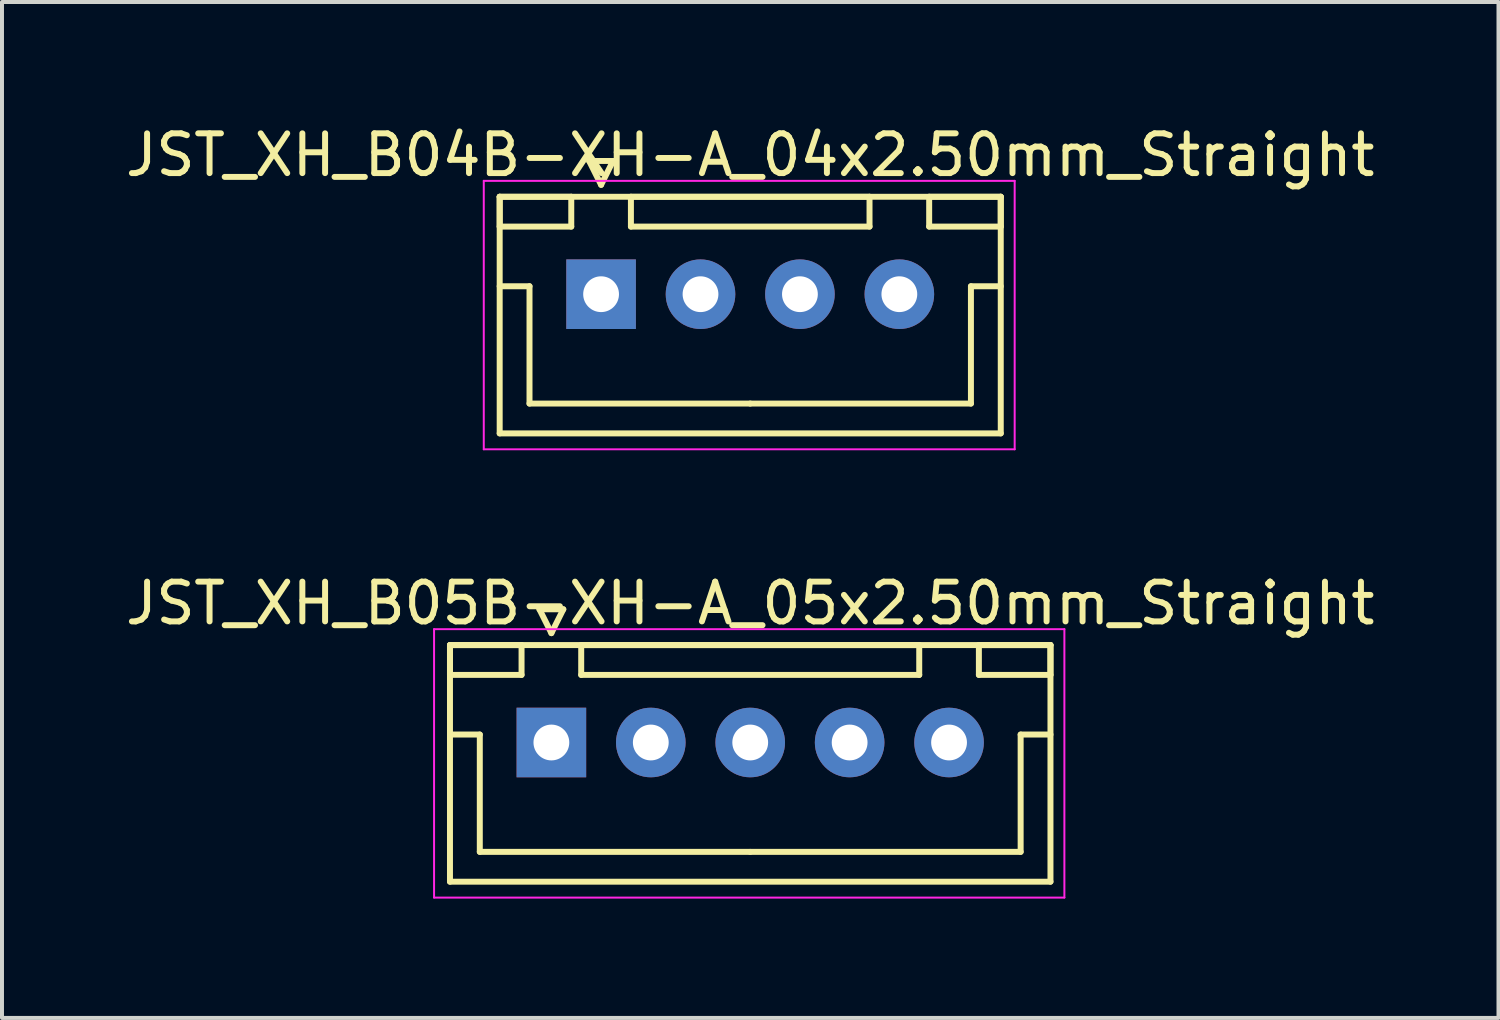
<source format=kicad_pcb>
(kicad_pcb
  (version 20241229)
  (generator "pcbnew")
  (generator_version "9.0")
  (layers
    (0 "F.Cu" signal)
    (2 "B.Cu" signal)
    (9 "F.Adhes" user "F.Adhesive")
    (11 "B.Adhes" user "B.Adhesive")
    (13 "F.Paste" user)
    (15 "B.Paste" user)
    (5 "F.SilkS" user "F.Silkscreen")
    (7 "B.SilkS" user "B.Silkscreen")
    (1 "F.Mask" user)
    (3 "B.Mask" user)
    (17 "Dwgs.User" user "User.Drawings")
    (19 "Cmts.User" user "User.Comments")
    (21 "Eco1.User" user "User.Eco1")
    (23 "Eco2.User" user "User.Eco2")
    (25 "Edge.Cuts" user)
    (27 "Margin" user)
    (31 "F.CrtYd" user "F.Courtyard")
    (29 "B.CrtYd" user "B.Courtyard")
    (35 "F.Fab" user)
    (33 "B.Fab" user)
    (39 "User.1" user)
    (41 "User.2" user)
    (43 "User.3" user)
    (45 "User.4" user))
  (footprint "JST_XH_B05B-XH-A_05x2.50mm_Straight"
    (layer "F.Cu")
    (at 15.815 15.621)
    (property "Reference" "JST_XH_B05B-XH-A_05x2.50mm_Straight" (at 0 -3.5 0) (layer "F.SilkS") (effects (font (size 1 1) (thickness 0.15))))
    (attr through_hole)
    (fp_line (start -7.55 -2.45) (end -7.55 -1.7) (stroke (width 0.15) (type solid)) (layer "F.SilkS"))
    (fp_line (start -7.55 -2.45) (end -7.55 3.5) (stroke (width 0.15) (type solid)) (layer "F.SilkS"))
    (fp_line (start -7.55 -1.7) (end -5.75 -1.7) (stroke (width 0.15) (type solid)) (layer "F.SilkS"))
    (fp_line (start -7.55 -0.2) (end -6.8 -0.2) (stroke (width 0.15) (type solid)) (layer "F.SilkS"))
    (fp_line (start -7.55 3.5) (end 7.55 3.5) (stroke (width 0.15) (type solid)) (layer "F.SilkS"))
    (fp_line (start -6.8 -0.2) (end -6.8 2.75) (stroke (width 0.15) (type solid)) (layer "F.SilkS"))
    (fp_line (start -6.8 2.75) (end 0 2.75) (stroke (width 0.15) (type solid)) (layer "F.SilkS"))
    (fp_line (start -5.75 -2.45) (end -7.55 -2.45) (stroke (width 0.15) (type solid)) (layer "F.SilkS"))
    (fp_line (start -5.75 -1.7) (end -5.75 -2.45) (stroke (width 0.15) (type solid)) (layer "F.SilkS"))
    (fp_line (start -5.3 -3.35) (end -4.7 -3.35) (stroke (width 0.15) (type solid)) (layer "F.SilkS"))
    (fp_line (start -5 -2.75) (end -5.3 -3.35) (stroke (width 0.15) (type solid)) (layer "F.SilkS"))
    (fp_line (start -4.7 -3.35) (end -5 -2.75) (stroke (width 0.15) (type solid)) (layer "F.SilkS"))
    (fp_line (start -4.25 -2.45) (end -4.25 -1.7) (stroke (width 0.15) (type solid)) (layer "F.SilkS"))
    (fp_line (start -4.25 -1.7) (end 4.25 -1.7) (stroke (width 0.15) (type solid)) (layer "F.SilkS"))
    (fp_line (start 4.25 -2.45) (end -4.25 -2.45) (stroke (width 0.15) (type solid)) (layer "F.SilkS"))
    (fp_line (start 4.25 -1.7) (end 4.25 -2.45) (stroke (width 0.15) (type solid)) (layer "F.SilkS"))
    (fp_line (start 5.75 -2.45) (end 5.75 -1.7) (stroke (width 0.15) (type solid)) (layer "F.SilkS"))
    (fp_line (start 5.75 -1.7) (end 7.55 -1.7) (stroke (width 0.15) (type solid)) (layer "F.SilkS"))
    (fp_line (start 6.8 -0.2) (end 6.8 2.75) (stroke (width 0.15) (type solid)) (layer "F.SilkS"))
    (fp_line (start 6.8 2.75) (end 0 2.75) (stroke (width 0.15) (type solid)) (layer "F.SilkS"))
    (fp_line (start 7.55 -2.45) (end -7.55 -2.45) (stroke (width 0.15) (type solid)) (layer "F.SilkS"))
    (fp_line (start 7.55 -2.45) (end 5.75 -2.45) (stroke (width 0.15) (type solid)) (layer "F.SilkS"))
    (fp_line (start 7.55 -1.7) (end 7.55 -2.45) (stroke (width 0.15) (type solid)) (layer "F.SilkS"))
    (fp_line (start 7.55 -0.2) (end 6.8 -0.2) (stroke (width 0.15) (type solid)) (layer "F.SilkS"))
    (fp_line (start 7.55 3.5) (end 7.55 -2.45) (stroke (width 0.15) (type solid)) (layer "F.SilkS"))
    (fp_line (start -7.95 -2.85) (end -7.95 3.9) (stroke (width 0.05) (type solid)) (layer "F.CrtYd"))
    (fp_line (start -7.95 3.9) (end 7.9 3.9) (stroke (width 0.05) (type solid)) (layer "F.CrtYd"))
    (fp_line (start 7.9 -2.85) (end -7.95 -2.85) (stroke (width 0.05) (type solid)) (layer "F.CrtYd"))
    (fp_line (start 7.9 3.9) (end 7.9 -2.85) (stroke (width 0.05) (type solid)) (layer "F.CrtYd"))
    (pad "1" thru_hole rect (at -5 0) (size 1.75 1.75) (drill 0.9) (layers "*.Cu" "*.Mask"))
    (pad "2" thru_hole circle (at -2.5 0) (size 1.75 1.75) (drill 0.9) (layers "*.Cu" "*.Mask"))
    (pad "3" thru_hole circle (at 0 0) (size 1.75 1.75) (drill 0.9) (layers "*.Cu" "*.Mask"))
    (pad "4" thru_hole circle (at 2.5 0) (size 1.75 1.75) (drill 0.9) (layers "*.Cu" "*.Mask"))
    (pad "5" thru_hole circle (at 5 0) (size 1.75 1.75) (drill 0.9) (layers "*.Cu" "*.Mask")))
  (footprint "JST_XH_B04B-XH-A_04x2.50mm_Straight"
    (layer "F.Cu")
    (at 15.815 4.348)
    (property "Reference" "JST_XH_B04B-XH-A_04x2.50mm_Straight" (at 0 -3.5 0) (layer "F.SilkS") (effects (font (size 1 1) (thickness 0.15))))
    (attr through_hole)
    (fp_line (start -6.3 -2.45) (end -6.3 -1.7) (stroke (width 0.15) (type solid)) (layer "F.SilkS"))
    (fp_line (start -6.3 -2.45) (end -6.3 3.5) (stroke (width 0.15) (type solid)) (layer "F.SilkS"))
    (fp_line (start -6.3 -1.7) (end -4.5 -1.7) (stroke (width 0.15) (type solid)) (layer "F.SilkS"))
    (fp_line (start -6.3 -0.2) (end -5.55 -0.2) (stroke (width 0.15) (type solid)) (layer "F.SilkS"))
    (fp_line (start -6.3 3.5) (end 6.3 3.5) (stroke (width 0.15) (type solid)) (layer "F.SilkS"))
    (fp_line (start -5.55 -0.2) (end -5.55 2.75) (stroke (width 0.15) (type solid)) (layer "F.SilkS"))
    (fp_line (start -5.55 2.75) (end 0 2.75) (stroke (width 0.15) (type solid)) (layer "F.SilkS"))
    (fp_line (start -4.5 -2.45) (end -6.3 -2.45) (stroke (width 0.15) (type solid)) (layer "F.SilkS"))
    (fp_line (start -4.5 -1.7) (end -4.5 -2.45) (stroke (width 0.15) (type solid)) (layer "F.SilkS"))
    (fp_line (start -4.05 -3.35) (end -3.45 -3.35) (stroke (width 0.15) (type solid)) (layer "F.SilkS"))
    (fp_line (start -3.75 -2.75) (end -4.05 -3.35) (stroke (width 0.15) (type solid)) (layer "F.SilkS"))
    (fp_line (start -3.45 -3.35) (end -3.75 -2.75) (stroke (width 0.15) (type solid)) (layer "F.SilkS"))
    (fp_line (start -3 -2.45) (end -3 -1.7) (stroke (width 0.15) (type solid)) (layer "F.SilkS"))
    (fp_line (start -3 -1.7) (end 3 -1.7) (stroke (width 0.15) (type solid)) (layer "F.SilkS"))
    (fp_line (start 3 -2.45) (end -3 -2.45) (stroke (width 0.15) (type solid)) (layer "F.SilkS"))
    (fp_line (start 3 -1.7) (end 3 -2.45) (stroke (width 0.15) (type solid)) (layer "F.SilkS"))
    (fp_line (start 4.5 -2.45) (end 4.5 -1.7) (stroke (width 0.15) (type solid)) (layer "F.SilkS"))
    (fp_line (start 4.5 -1.7) (end 6.3 -1.7) (stroke (width 0.15) (type solid)) (layer "F.SilkS"))
    (fp_line (start 5.55 -0.2) (end 5.55 2.75) (stroke (width 0.15) (type solid)) (layer "F.SilkS"))
    (fp_line (start 5.55 2.75) (end 0 2.75) (stroke (width 0.15) (type solid)) (layer "F.SilkS"))
    (fp_line (start 6.3 -2.45) (end -6.3 -2.45) (stroke (width 0.15) (type solid)) (layer "F.SilkS"))
    (fp_line (start 6.3 -2.45) (end 4.5 -2.45) (stroke (width 0.15) (type solid)) (layer "F.SilkS"))
    (fp_line (start 6.3 -1.7) (end 6.3 -2.45) (stroke (width 0.15) (type solid)) (layer "F.SilkS"))
    (fp_line (start 6.3 -0.2) (end 5.55 -0.2) (stroke (width 0.15) (type solid)) (layer "F.SilkS"))
    (fp_line (start 6.3 3.5) (end 6.3 -2.45) (stroke (width 0.15) (type solid)) (layer "F.SilkS"))
    (fp_line (start -6.7 -2.85) (end -6.7 3.9) (stroke (width 0.05) (type solid)) (layer "F.CrtYd"))
    (fp_line (start -6.7 3.9) (end 6.65 3.9) (stroke (width 0.05) (type solid)) (layer "F.CrtYd"))
    (fp_line (start 6.65 -2.85) (end -6.7 -2.85) (stroke (width 0.05) (type solid)) (layer "F.CrtYd"))
    (fp_line (start 6.65 3.9) (end 6.65 -2.85) (stroke (width 0.05) (type solid)) (layer "F.CrtYd"))
    (pad "1" thru_hole rect (at -3.75 0) (size 1.75 1.75) (drill 0.9) (layers "*.Cu" "*.Mask"))
    (pad "2" thru_hole circle (at -1.25 0) (size 1.75 1.75) (drill 0.9) (layers "*.Cu" "*.Mask"))
    (pad "3" thru_hole circle (at 1.25 0) (size 1.75 1.75) (drill 0.9) (layers "*.Cu" "*.Mask"))
    (pad "4" thru_hole circle (at 3.75 0) (size 1.75 1.75) (drill 0.9) (layers "*.Cu" "*.Mask")))
  (gr_rect
    (start -3 -3)
    (end 34.631 22.547)
    (stroke (width 0.1) (type default))
    (fill no)
    (layer "Edge.Cuts")))
</source>
